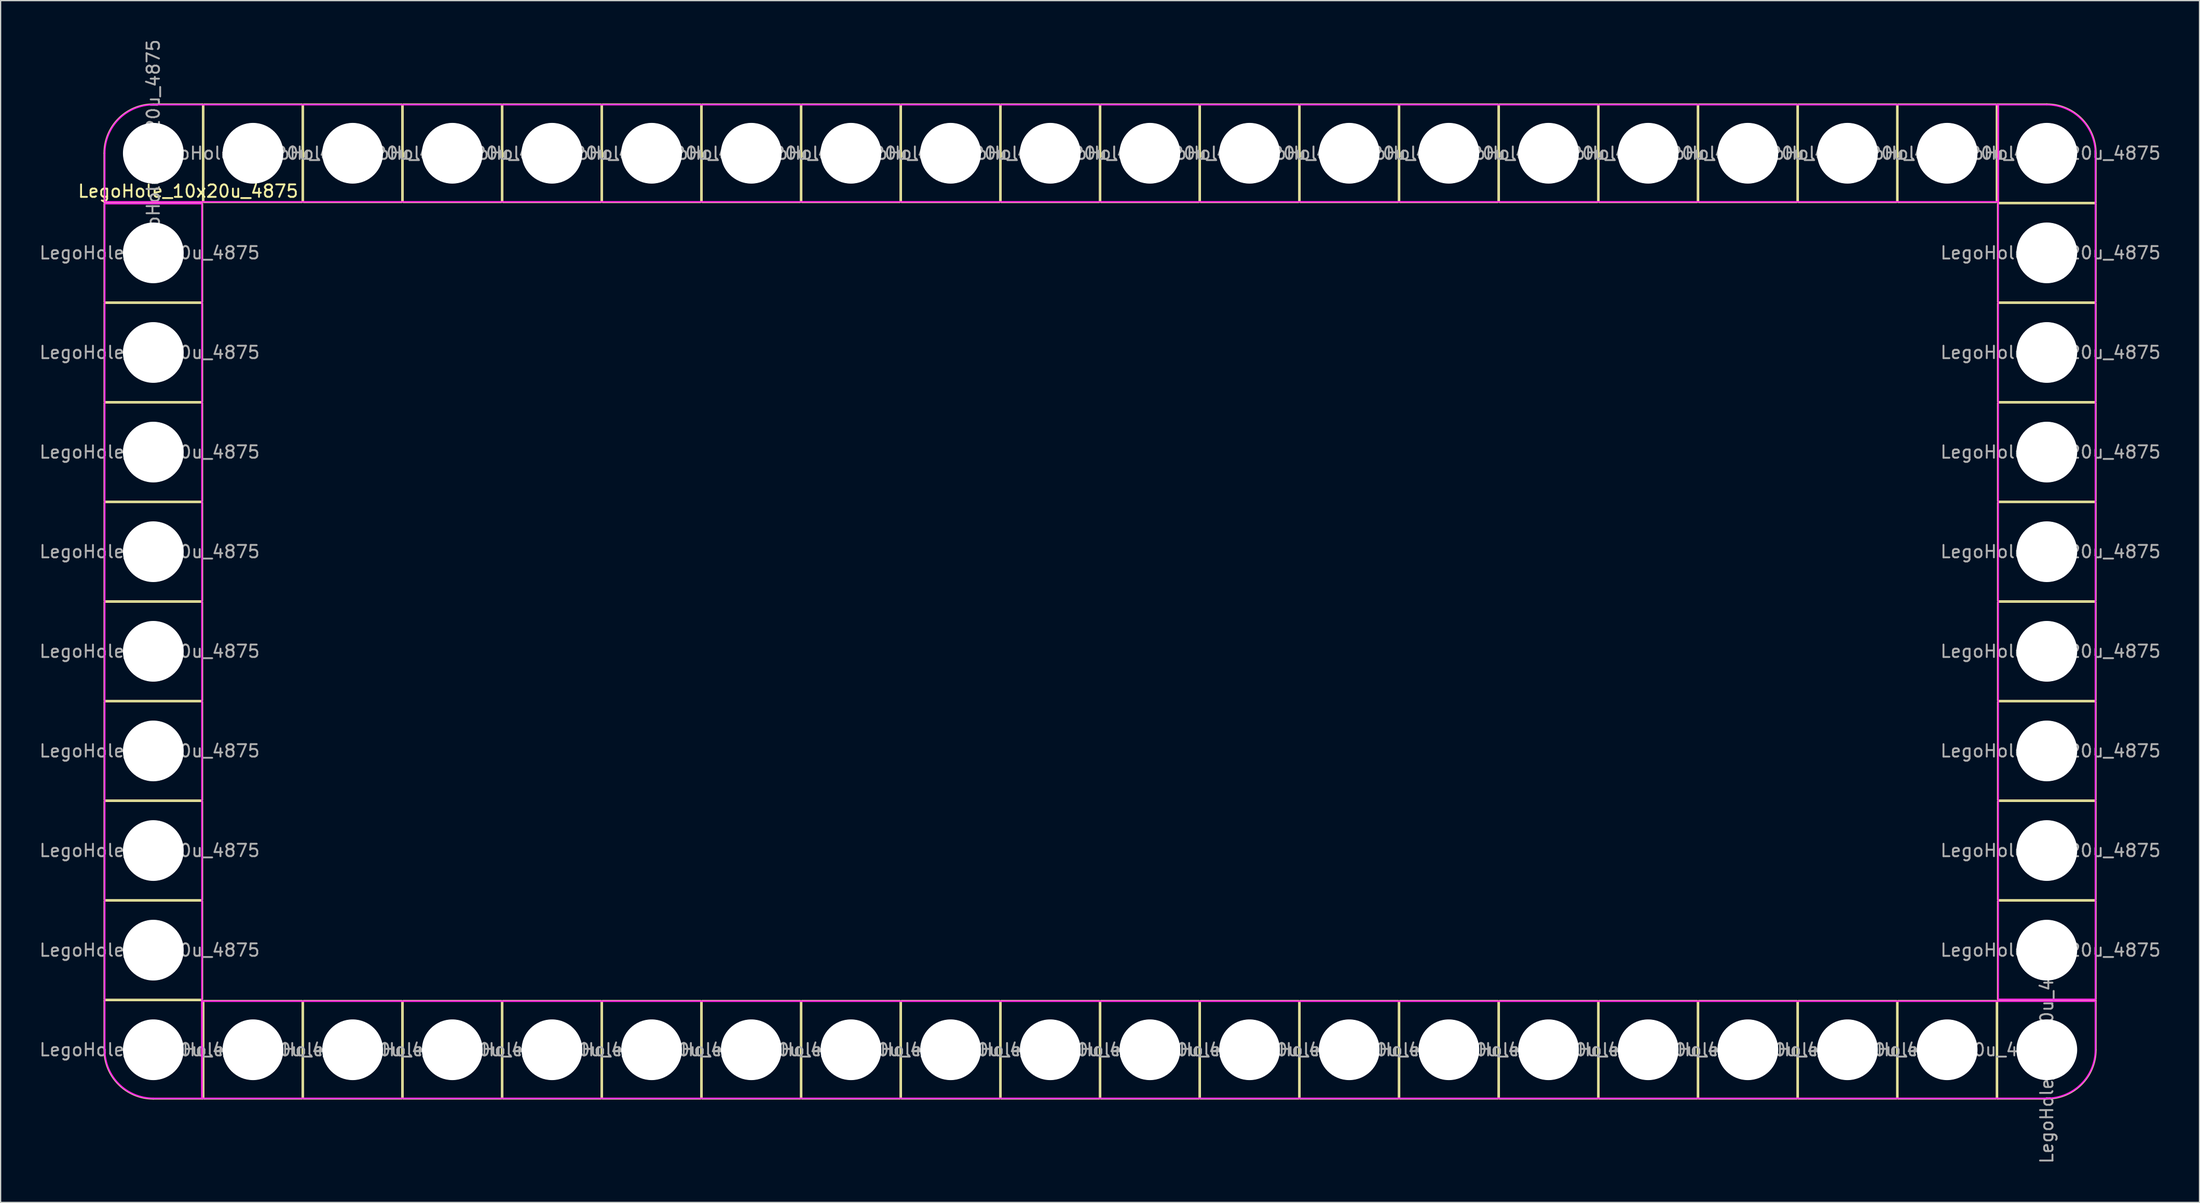
<source format=kicad_pcb>
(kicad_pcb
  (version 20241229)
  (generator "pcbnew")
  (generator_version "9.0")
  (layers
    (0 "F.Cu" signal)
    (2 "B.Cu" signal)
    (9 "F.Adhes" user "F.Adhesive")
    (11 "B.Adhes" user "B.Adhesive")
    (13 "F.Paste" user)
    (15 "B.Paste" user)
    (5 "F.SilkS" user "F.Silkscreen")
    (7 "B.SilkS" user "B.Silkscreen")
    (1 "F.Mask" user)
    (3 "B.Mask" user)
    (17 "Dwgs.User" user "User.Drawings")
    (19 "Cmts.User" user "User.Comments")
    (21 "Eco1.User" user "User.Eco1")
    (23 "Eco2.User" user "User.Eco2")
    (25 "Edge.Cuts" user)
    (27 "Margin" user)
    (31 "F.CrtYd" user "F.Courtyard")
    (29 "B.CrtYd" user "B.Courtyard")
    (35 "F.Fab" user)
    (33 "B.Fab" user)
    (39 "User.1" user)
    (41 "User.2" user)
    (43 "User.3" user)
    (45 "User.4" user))
  (footprint "LegoHole_10x20u_4875"
    (layer "F.Cu")
    (at 9.258 9.258)
    (property "Reference" "LegoHole_10x20u_4875" (at 2.794 3.048 0) (layer "F.SilkS") (effects (font (size 1 1) (thickness 0.15))))
    (attr exclude_from_pos_files exclude_from_bom)
    (fp_line (start -3.95 0) (end -3.95 3.95) (stroke (width 0.1) (type solid)) (layer "F.SilkS"))
    (fp_line (start -3.95 3.95) (end 3.95 3.95) (stroke (width 0.1) (type solid)) (layer "F.SilkS"))
    (fp_line (start -3.95 72) (end -3.95 68.05) (stroke (width 0.1) (type solid)) (layer "F.SilkS"))
    (fp_line (start 0 -3.95) (end 3.95 -3.95) (stroke (width 0.1) (type solid)) (layer "F.SilkS"))
    (fp_line (start 0 75.95) (end 3.95 75.95) (stroke (width 0.1) (type solid)) (layer "F.SilkS"))
    (fp_line (start 3.95 3.95) (end 3.95 -3.95) (stroke (width 0.1) (type solid)) (layer "F.SilkS"))
    (fp_line (start 3.95 68.05) (end -3.95 68.05) (stroke (width 0.1) (type solid)) (layer "F.SilkS"))
    (fp_line (start 3.95 75.95) (end 3.95 68.05) (stroke (width 0.1) (type solid)) (layer "F.SilkS"))
    (fp_line (start 148.05 -3.95) (end 148.05 3.95) (stroke (width 0.1) (type solid)) (layer "F.SilkS"))
    (fp_line (start 148.05 3.95) (end 155.95 3.95) (stroke (width 0.1) (type solid)) (layer "F.SilkS"))
    (fp_line (start 148.05 68.05) (end 148.05 75.95) (stroke (width 0.1) (type solid)) (layer "F.SilkS"))
    (fp_line (start 152 -3.95) (end 148.05 -3.95) (stroke (width 0.1) (type solid)) (layer "F.SilkS"))
    (fp_line (start 152 75.95) (end 148.05 75.95) (stroke (width 0.1) (type solid)) (layer "F.SilkS"))
    (fp_line (start 155.95 0) (end 155.95 3.95) (stroke (width 0.1) (type solid)) (layer "F.SilkS"))
    (fp_line (start 155.95 68.05) (end 148.05 68.05) (stroke (width 0.1) (type solid)) (layer "F.SilkS"))
    (fp_line (start 155.95 72) (end 155.95 68.05) (stroke (width 0.1) (type solid)) (layer "F.SilkS"))
    (fp_rect (start 3.95 11.95) (end -3.95 4.05) (stroke (width 0.1) (type solid)) (fill no) (layer "F.SilkS"))
    (fp_rect (start 3.95 19.95) (end -3.95 12.05) (stroke (width 0.1) (type solid)) (fill no) (layer "F.SilkS"))
    (fp_rect (start 3.95 27.95) (end -3.95 20.05) (stroke (width 0.1) (type solid)) (fill no) (layer "F.SilkS"))
    (fp_rect (start 3.95 35.95) (end -3.95 28.05) (stroke (width 0.1) (type solid)) (fill no) (layer "F.SilkS"))
    (fp_rect (start 3.95 43.95) (end -3.95 36.05) (stroke (width 0.1) (type solid)) (fill no) (layer "F.SilkS"))
    (fp_rect (start 3.95 51.95) (end -3.95 44.05) (stroke (width 0.1) (type solid)) (fill no) (layer "F.SilkS"))
    (fp_rect (start 3.95 59.95) (end -3.95 52.05) (stroke (width 0.1) (type solid)) (fill no) (layer "F.SilkS"))
    (fp_rect (start 3.95 67.95) (end -3.95 60.05) (stroke (width 0.1) (type solid)) (fill no) (layer "F.SilkS"))
    (fp_rect (start 4.05 -3.95) (end 11.95 3.95) (stroke (width 0.1) (type solid)) (fill no) (layer "F.SilkS"))
    (fp_rect (start 11.95 75.95) (end 4.05 68.05) (stroke (width 0.1) (type solid)) (fill no) (layer "F.SilkS"))
    (fp_rect (start 12.05 -3.95) (end 19.95 3.95) (stroke (width 0.1) (type solid)) (fill no) (layer "F.SilkS"))
    (fp_rect (start 19.95 75.95) (end 12.05 68.05) (stroke (width 0.1) (type solid)) (fill no) (layer "F.SilkS"))
    (fp_rect (start 20.05 -3.95) (end 27.95 3.95) (stroke (width 0.1) (type solid)) (fill no) (layer "F.SilkS"))
    (fp_rect (start 27.95 75.95) (end 20.05 68.05) (stroke (width 0.1) (type solid)) (fill no) (layer "F.SilkS"))
    (fp_rect (start 28.05 -3.95) (end 35.95 3.95) (stroke (width 0.1) (type solid)) (fill no) (layer "F.SilkS"))
    (fp_rect (start 35.95 75.95) (end 28.05 68.05) (stroke (width 0.1) (type solid)) (fill no) (layer "F.SilkS"))
    (fp_rect (start 36.05 -3.95) (end 43.95 3.95) (stroke (width 0.1) (type solid)) (fill no) (layer "F.SilkS"))
    (fp_rect (start 43.95 75.95) (end 36.05 68.05) (stroke (width 0.1) (type solid)) (fill no) (layer "F.SilkS"))
    (fp_rect (start 44.05 -3.95) (end 51.95 3.95) (stroke (width 0.1) (type solid)) (fill no) (layer "F.SilkS"))
    (fp_rect (start 51.95 75.95) (end 44.05 68.05) (stroke (width 0.1) (type solid)) (fill no) (layer "F.SilkS"))
    (fp_rect (start 52.05 -3.95) (end 59.95 3.95) (stroke (width 0.1) (type solid)) (fill no) (layer "F.SilkS"))
    (fp_rect (start 59.95 75.95) (end 52.05 68.05) (stroke (width 0.1) (type solid)) (fill no) (layer "F.SilkS"))
    (fp_rect (start 60.05 -3.95) (end 67.95 3.95) (stroke (width 0.1) (type solid)) (fill no) (layer "F.SilkS"))
    (fp_rect (start 67.95 75.95) (end 60.05 68.05) (stroke (width 0.1) (type solid)) (fill no) (layer "F.SilkS"))
    (fp_rect (start 68.05 -3.95) (end 75.95 3.95) (stroke (width 0.1) (type solid)) (fill no) (layer "F.SilkS"))
    (fp_rect (start 75.95 75.95) (end 68.05 68.05) (stroke (width 0.1) (type solid)) (fill no) (layer "F.SilkS"))
    (fp_rect (start 76.05 -3.95) (end 83.95 3.95) (stroke (width 0.1) (type solid)) (fill no) (layer "F.SilkS"))
    (fp_rect (start 83.95 75.95) (end 76.05 68.05) (stroke (width 0.1) (type solid)) (fill no) (layer "F.SilkS"))
    (fp_rect (start 84.05 -3.95) (end 91.95 3.95) (stroke (width 0.1) (type solid)) (fill no) (layer "F.SilkS"))
    (fp_rect (start 91.95 75.95) (end 84.05 68.05) (stroke (width 0.1) (type solid)) (fill no) (layer "F.SilkS"))
    (fp_rect (start 92.05 -3.95) (end 99.95 3.95) (stroke (width 0.1) (type solid)) (fill no) (layer "F.SilkS"))
    (fp_rect (start 99.95 75.95) (end 92.05 68.05) (stroke (width 0.1) (type solid)) (fill no) (layer "F.SilkS"))
    (fp_rect (start 100.05 -3.95) (end 107.95 3.95) (stroke (width 0.1) (type solid)) (fill no) (layer "F.SilkS"))
    (fp_rect (start 107.95 75.95) (end 100.05 68.05) (stroke (width 0.1) (type solid)) (fill no) (layer "F.SilkS"))
    (fp_rect (start 108.05 -3.95) (end 115.95 3.95) (stroke (width 0.1) (type solid)) (fill no) (layer "F.SilkS"))
    (fp_rect (start 115.95 75.95) (end 108.05 68.05) (stroke (width 0.1) (type solid)) (fill no) (layer "F.SilkS"))
    (fp_rect (start 116.05 -3.95) (end 123.95 3.95) (stroke (width 0.1) (type solid)) (fill no) (layer "F.SilkS"))
    (fp_rect (start 123.95 75.95) (end 116.05 68.05) (stroke (width 0.1) (type solid)) (fill no) (layer "F.SilkS"))
    (fp_rect (start 124.05 -3.95) (end 131.95 3.95) (stroke (width 0.1) (type solid)) (fill no) (layer "F.SilkS"))
    (fp_rect (start 131.95 75.95) (end 124.05 68.05) (stroke (width 0.1) (type solid)) (fill no) (layer "F.SilkS"))
    (fp_rect (start 132.05 -3.95) (end 139.95 3.95) (stroke (width 0.1) (type solid)) (fill no) (layer "F.SilkS"))
    (fp_rect (start 139.95 75.95) (end 132.05 68.05) (stroke (width 0.1) (type solid)) (fill no) (layer "F.SilkS"))
    (fp_rect (start 140.05 -3.95) (end 147.95 3.95) (stroke (width 0.1) (type solid)) (fill no) (layer "F.SilkS"))
    (fp_rect (start 147.95 75.95) (end 140.05 68.05) (stroke (width 0.1) (type solid)) (fill no) (layer "F.SilkS"))
    (fp_rect (start 148.05 4.05) (end 155.95 11.95) (stroke (width 0.1) (type solid)) (fill no) (layer "F.SilkS"))
    (fp_rect (start 148.05 12.05) (end 155.95 19.95) (stroke (width 0.1) (type solid)) (fill no) (layer "F.SilkS"))
    (fp_rect (start 148.05 20.05) (end 155.95 27.95) (stroke (width 0.1) (type solid)) (fill no) (layer "F.SilkS"))
    (fp_rect (start 148.05 28.05) (end 155.95 35.95) (stroke (width 0.1) (type solid)) (fill no) (layer "F.SilkS"))
    (fp_rect (start 148.05 36.05) (end 155.95 43.95) (stroke (width 0.1) (type solid)) (fill no) (layer "F.SilkS"))
    (fp_rect (start 148.05 44.05) (end 155.95 51.95) (stroke (width 0.1) (type solid)) (fill no) (layer "F.SilkS"))
    (fp_rect (start 148.05 52.05) (end 155.95 59.95) (stroke (width 0.1) (type solid)) (fill no) (layer "F.SilkS"))
    (fp_rect (start 148.05 60.05) (end 155.95 67.95) (stroke (width 0.1) (type solid)) (fill no) (layer "F.SilkS"))
    (fp_arc (start -3.95 0) (mid -2.793072 -2.793072) (end 0 -3.95) (stroke (width 0.1) (type solid)) (layer "F.SilkS"))
    (fp_arc (start 0 75.95) (mid -2.793072 74.793072) (end -3.95 72) (stroke (width 0.1) (type solid)) (layer "F.SilkS"))
    (fp_arc (start 152 -3.95) (mid 154.793072 -2.793072) (end 155.95 0) (stroke (width 0.1) (type solid)) (layer "F.SilkS"))
    (fp_arc (start 155.95 72) (mid 154.793072 74.793072) (end 152 75.95) (stroke (width 0.1) (type solid)) (layer "F.SilkS"))
    (fp_line (start -3.9 3.9) (end -3.9 0) (stroke (width 0.12) (type solid)) (layer "F.CrtYd"))
    (fp_line (start -3.9 3.9) (end 148.1 3.9) (stroke (width 0.12) (type solid)) (layer "F.CrtYd"))
    (fp_line (start -3.9 4.05) (end -3.9 72) (stroke (width 0.12) (type solid)) (layer "F.CrtYd"))
    (fp_line (start 3.9 4.05) (end -3.9 4.05) (stroke (width 0.12) (type solid)) (layer "F.CrtYd"))
    (fp_line (start 3.9 75.9) (end 0 75.9) (stroke (width 0.12) (type solid)) (layer "F.CrtYd"))
    (fp_line (start 3.9 75.9) (end 3.9 4.05) (stroke (width 0.12) (type solid)) (layer "F.CrtYd"))
    (fp_line (start 3.9 75.9) (end 3.9 68.1) (stroke (width 0.12) (type solid)) (layer "F.CrtYd"))
    (fp_line (start 3.9 75.9) (end 152 75.9) (stroke (width 0.12) (type solid)) (layer "F.CrtYd"))
    (fp_line (start 148.1 -3.9) (end 0 -3.9) (stroke (width 0.12) (type solid)) (layer "F.CrtYd"))
    (fp_line (start 148.1 -3.9) (end 148.1 3.9) (stroke (width 0.12) (type solid)) (layer "F.CrtYd"))
    (fp_line (start 148.1 -3.9) (end 148.1 67.95) (stroke (width 0.12) (type solid)) (layer "F.CrtYd"))
    (fp_line (start 148.1 -3.9) (end 152 -3.9) (stroke (width 0.12) (type solid)) (layer "F.CrtYd"))
    (fp_line (start 148.1 67.95) (end 155.9 67.95) (stroke (width 0.12) (type solid)) (layer "F.CrtYd"))
    (fp_line (start 155.9 67.95) (end 155.9 0) (stroke (width 0.12) (type solid)) (layer "F.CrtYd"))
    (fp_line (start 155.9 68.1) (end 3.9 68.1) (stroke (width 0.12) (type solid)) (layer "F.CrtYd"))
    (fp_line (start 155.9 68.1) (end 155.9 72) (stroke (width 0.12) (type solid)) (layer "F.CrtYd"))
    (fp_arc (start -3.9 0) (mid -2.757716 -2.757716) (end 0 -3.9) (stroke (width 0.12) (type solid)) (layer "F.CrtYd"))
    (fp_arc (start 0 75.9) (mid -2.757716 74.757716) (end -3.9 72) (stroke (width 0.12) (type solid)) (layer "F.CrtYd"))
    (fp_arc (start 152 -3.9) (mid 154.757716 -2.757716) (end 155.9 0) (stroke (width 0.12) (type solid)) (layer "F.CrtYd"))
    (fp_arc (start 155.9 72) (mid 154.757716 74.757716) (end 152 75.9) (stroke (width 0.12) (type solid)) (layer "F.CrtYd"))
    (fp_text user "${REFERENCE}" (at 143.7 72 180) (layer "F.Fab") (effects (font (size 1 1) (thickness 0.15))))
    (fp_text user "${REFERENCE}" (at 55.7 72 180) (layer "F.Fab") (effects (font (size 1 1) (thickness 0.15))))
    (fp_text user "${REFERENCE}" (at 23.7 72 180) (layer "F.Fab") (effects (font (size 1 1) (thickness 0.15))))
    (fp_text user "${REFERENCE}" (at -0.3 16 180) (layer "F.Fab") (effects (font (size 1 1) (thickness 0.15))))
    (fp_text user "${REFERENCE}" (at 152.3 32 0) (layer "F.Fab") (effects (font (size 1 1) (thickness 0.15))))
    (fp_text user "${REFERENCE}" (at 31.7 72 180) (layer "F.Fab") (effects (font (size 1 1) (thickness 0.15))))
    (fp_text user "${REFERENCE}" (at -0.3 8 180) (layer "F.Fab") (effects (font (size 1 1) (thickness 0.15))))
    (fp_text user "${REFERENCE}" (at 152.3 24 0) (layer "F.Fab") (effects (font (size 1 1) (thickness 0.15))))
    (fp_text user "${REFERENCE}" (at -0.3 40 180) (layer "F.Fab") (effects (font (size 1 1) (thickness 0.15))))
    (fp_text user "${REFERENCE}" (at 136.3 0 0) (layer "F.Fab") (effects (font (size 1 1) (thickness 0.15))))
    (fp_text user "${REFERENCE}" (at 95.7 72 180) (layer "F.Fab") (effects (font (size 1 1) (thickness 0.15))))
    (fp_text user "${REFERENCE}" (at 103.7 72 180) (layer "F.Fab") (effects (font (size 1 1) (thickness 0.15))))
    (fp_text user "${REFERENCE}" (at 128.3 0 0) (layer "F.Fab") (effects (font (size 1 1) (thickness 0.15))))
    (fp_text user "${REFERENCE}" (at 87.7 72 180) (layer "F.Fab") (effects (font (size 1 1) (thickness 0.15))))
    (fp_text user "${REFERENCE}" (at -0.3 56 180) (layer "F.Fab") (effects (font (size 1 1) (thickness 0.15))))
    (fp_text user "${REFERENCE}" (at 152.3 0 0) (layer "F.Fab") (effects (font (size 1 1) (thickness 0.15))))
    (fp_text user "${REFERENCE}" (at -0.3 32 180) (layer "F.Fab") (effects (font (size 1 1) (thickness 0.15))))
    (fp_text user "${REFERENCE}" (at 152.3 48 0) (layer "F.Fab") (effects (font (size 1 1) (thickness 0.15))))
    (fp_text user "${REFERENCE}" (at -0.3 24 180) (layer "F.Fab") (effects (font (size 1 1) (thickness 0.15))))
    (fp_text user "${REFERENCE}" (at 152.3 64 0) (layer "F.Fab") (effects (font (size 1 1) (thickness 0.15))))
    (fp_text user "${REFERENCE}" (at 47.7 72 180) (layer "F.Fab") (effects (font (size 1 1) (thickness 0.15))))
    (fp_text user "${REFERENCE}" (at 111.7 72 180) (layer "F.Fab") (effects (font (size 1 1) (thickness 0.15))))
    (fp_text user "${REFERENCE}" (at 152 72.3 270) (layer "F.Fab") (effects (font (size 1 1) (thickness 0.15))))
    (fp_text user "${REFERENCE}" (at 8.3 0 0) (layer "F.Fab") (effects (font (size 1 1) (thickness 0.15))))
    (fp_text user "${REFERENCE}" (at 7.7 72 180) (layer "F.Fab") (effects (font (size 1 1) (thickness 0.15))))
    (fp_text user "${REFERENCE}" (at 127.7 72 180) (layer "F.Fab") (effects (font (size 1 1) (thickness 0.15))))
    (fp_text user "${REFERENCE}" (at 16.3 0 0) (layer "F.Fab") (effects (font (size 1 1) (thickness 0.15))))
    (fp_text user "${REFERENCE}" (at 152.3 8 0) (layer "F.Fab") (effects (font (size 1 1) (thickness 0.15))))
    (fp_text user "${REFERENCE}" (at 48.3 0 0) (layer "F.Fab") (effects (font (size 1 1) (thickness 0.15))))
    (fp_text user "${REFERENCE}" (at 79.7 72 180) (layer "F.Fab") (effects (font (size 1 1) (thickness 0.15))))
    (fp_text user "${REFERENCE}" (at 96.3 0 0) (layer "F.Fab") (effects (font (size 1 1) (thickness 0.15))))
    (fp_text user "${REFERENCE}" (at -0.3 64 180) (layer "F.Fab") (effects (font (size 1 1) (thickness 0.15))))
    (fp_text user "${REFERENCE}" (at 40.3 0 0) (layer "F.Fab") (effects (font (size 1 1) (thickness 0.15))))
    (fp_text user "${REFERENCE}" (at 119.7 72 180) (layer "F.Fab") (effects (font (size 1 1) (thickness 0.15))))
    (fp_text user "${REFERENCE}" (at 152.3 40 0) (layer "F.Fab") (effects (font (size 1 1) (thickness 0.15))))
    (fp_text user "${REFERENCE}" (at 135.7 72 180) (layer "F.Fab") (effects (font (size 1 1) (thickness 0.15))))
    (fp_text user "${REFERENCE}" (at 64.3 0 0) (layer "F.Fab") (effects (font (size 1 1) (thickness 0.15))))
    (fp_text user "${REFERENCE}" (at 56.3 0 0) (layer "F.Fab") (effects (font (size 1 1) (thickness 0.15))))
    (fp_text user "${REFERENCE}" (at -0.3 48 180) (layer "F.Fab") (effects (font (size 1 1) (thickness 0.15))))
    (fp_text user "${REFERENCE}" (at 32.3 0 0) (layer "F.Fab") (effects (font (size 1 1) (thickness 0.15))))
    (fp_text user "${REFERENCE}" (at -0.3 72 180) (layer "F.Fab") (effects (font (size 1 1) (thickness 0.15))))
    (fp_text user "${REFERENCE}" (at 71.7 72 180) (layer "F.Fab") (effects (font (size 1 1) (thickness 0.15))))
    (fp_text user "${REFERENCE}" (at 144.3 0 0) (layer "F.Fab") (effects (font (size 1 1) (thickness 0.15))))
    (fp_text user "${REFERENCE}" (at 120.3 0 0) (layer "F.Fab") (effects (font (size 1 1) (thickness 0.15))))
    (fp_text user "${REFERENCE}" (at 72.3 0 0) (layer "F.Fab") (effects (font (size 1 1) (thickness 0.15))))
    (fp_text user "${REFERENCE}" (at 88.3 0 0) (layer "F.Fab") (effects (font (size 1 1) (thickness 0.15))))
    (fp_text user "${REFERENCE}" (at 152.3 16 0) (layer "F.Fab") (effects (font (size 1 1) (thickness 0.15))))
    (fp_text user "${REFERENCE}" (at 39.7 72 180) (layer "F.Fab") (effects (font (size 1 1) (thickness 0.15))))
    (fp_text user "${REFERENCE}" (at 63.7 72 180) (layer "F.Fab") (effects (font (size 1 1) (thickness 0.15))))
    (fp_text user "${REFERENCE}" (at 0 -0.3 90) (layer "F.Fab") (effects (font (size 1 1) (thickness 0.15))))
    (fp_text user "${REFERENCE}" (at 80.3 0 0) (layer "F.Fab") (effects (font (size 1 1) (thickness 0.15))))
    (fp_text user "${REFERENCE}" (at 15.7 72 180) (layer "F.Fab") (effects (font (size 1 1) (thickness 0.15))))
    (fp_text user "${REFERENCE}" (at 24.3 0 0) (layer "F.Fab") (effects (font (size 1 1) (thickness 0.15))))
    (fp_text user "${REFERENCE}" (at 104.3 0 0) (layer "F.Fab") (effects (font (size 1 1) (thickness 0.15))))
    (fp_text user "${REFERENCE}" (at 112.3 0 0) (layer "F.Fab") (effects (font (size 1 1) (thickness 0.15))))
    (fp_text user "${REFERENCE}" (at 152.3 56 0) (layer "F.Fab") (effects (font (size 1 1) (thickness 0.15))))
    (pad "" np_thru_hole circle (at 0 0 90) (size 4.875 4.875) (drill 4.875) (layers "*.Cu" "*.Mask"))
    (pad "" np_thru_hole circle (at 0 8 180) (size 4.875 4.875) (drill 4.875) (layers "*.Cu" "*.Mask"))
    (pad "" np_thru_hole circle (at 0 16 180) (size 4.875 4.875) (drill 4.875) (layers "*.Cu" "*.Mask"))
    (pad "" np_thru_hole circle (at 0 24 180) (size 4.875 4.875) (drill 4.875) (layers "*.Cu" "*.Mask"))
    (pad "" np_thru_hole circle (at 0 32 180) (size 4.875 4.875) (drill 4.875) (layers "*.Cu" "*.Mask"))
    (pad "" np_thru_hole circle (at 0 40 180) (size 4.875 4.875) (drill 4.875) (layers "*.Cu" "*.Mask"))
    (pad "" np_thru_hole circle (at 0 48 180) (size 4.875 4.875) (drill 4.875) (layers "*.Cu" "*.Mask"))
    (pad "" np_thru_hole circle (at 0 56 180) (size 4.875 4.875) (drill 4.875) (layers "*.Cu" "*.Mask"))
    (pad "" np_thru_hole circle (at 0 64 180) (size 4.875 4.875) (drill 4.875) (layers "*.Cu" "*.Mask"))
    (pad "" np_thru_hole circle (at 0 72 180) (size 4.875 4.875) (drill 4.875) (layers "*.Cu" "*.Mask"))
    (pad "" np_thru_hole circle (at 8 0) (size 4.875 4.875) (drill 4.875) (layers "*.Cu" "*.Mask"))
    (pad "" np_thru_hole circle (at 8 72 180) (size 4.875 4.875) (drill 4.875) (layers "*.Cu" "*.Mask"))
    (pad "" np_thru_hole circle (at 16 0) (size 4.875 4.875) (drill 4.875) (layers "*.Cu" "*.Mask"))
    (pad "" np_thru_hole circle (at 16 72 180) (size 4.875 4.875) (drill 4.875) (layers "*.Cu" "*.Mask"))
    (pad "" np_thru_hole circle (at 24 0) (size 4.875 4.875) (drill 4.875) (layers "*.Cu" "*.Mask"))
    (pad "" np_thru_hole circle (at 24 72 180) (size 4.875 4.875) (drill 4.875) (layers "*.Cu" "*.Mask"))
    (pad "" np_thru_hole circle (at 32 0) (size 4.875 4.875) (drill 4.875) (layers "*.Cu" "*.Mask"))
    (pad "" np_thru_hole circle (at 32 72 180) (size 4.875 4.875) (drill 4.875) (layers "*.Cu" "*.Mask"))
    (pad "" np_thru_hole circle (at 40 0) (size 4.875 4.875) (drill 4.875) (layers "*.Cu" "*.Mask"))
    (pad "" np_thru_hole circle (at 40 72 180) (size 4.875 4.875) (drill 4.875) (layers "*.Cu" "*.Mask"))
    (pad "" np_thru_hole circle (at 48 0) (size 4.875 4.875) (drill 4.875) (layers "*.Cu" "*.Mask"))
    (pad "" np_thru_hole circle (at 48 72 180) (size 4.875 4.875) (drill 4.875) (layers "*.Cu" "*.Mask"))
    (pad "" np_thru_hole circle (at 56 0) (size 4.875 4.875) (drill 4.875) (layers "*.Cu" "*.Mask"))
    (pad "" np_thru_hole circle (at 56 72 180) (size 4.875 4.875) (drill 4.875) (layers "*.Cu" "*.Mask"))
    (pad "" np_thru_hole circle (at 64 0) (size 4.875 4.875) (drill 4.875) (layers "*.Cu" "*.Mask"))
    (pad "" np_thru_hole circle (at 64 72 180) (size 4.875 4.875) (drill 4.875) (layers "*.Cu" "*.Mask"))
    (pad "" np_thru_hole circle (at 72 0) (size 4.875 4.875) (drill 4.875) (layers "*.Cu" "*.Mask"))
    (pad "" np_thru_hole circle (at 72 72 180) (size 4.875 4.875) (drill 4.875) (layers "*.Cu" "*.Mask"))
    (pad "" np_thru_hole circle (at 80 0) (size 4.875 4.875) (drill 4.875) (layers "*.Cu" "*.Mask"))
    (pad "" np_thru_hole circle (at 80 72 180) (size 4.875 4.875) (drill 4.875) (layers "*.Cu" "*.Mask"))
    (pad "" np_thru_hole circle (at 88 0) (size 4.875 4.875) (drill 4.875) (layers "*.Cu" "*.Mask"))
    (pad "" np_thru_hole circle (at 88 72 180) (size 4.875 4.875) (drill 4.875) (layers "*.Cu" "*.Mask"))
    (pad "" np_thru_hole circle (at 96 0) (size 4.875 4.875) (drill 4.875) (layers "*.Cu" "*.Mask"))
    (pad "" np_thru_hole circle (at 96 72 180) (size 4.875 4.875) (drill 4.875) (layers "*.Cu" "*.Mask"))
    (pad "" np_thru_hole circle (at 104 0) (size 4.875 4.875) (drill 4.875) (layers "*.Cu" "*.Mask"))
    (pad "" np_thru_hole circle (at 104 72 180) (size 4.875 4.875) (drill 4.875) (layers "*.Cu" "*.Mask"))
    (pad "" np_thru_hole circle (at 112 0) (size 4.875 4.875) (drill 4.875) (layers "*.Cu" "*.Mask"))
    (pad "" np_thru_hole circle (at 112 72 180) (size 4.875 4.875) (drill 4.875) (layers "*.Cu" "*.Mask"))
    (pad "" np_thru_hole circle (at 120 0) (size 4.875 4.875) (drill 4.875) (layers "*.Cu" "*.Mask"))
    (pad "" np_thru_hole circle (at 120 72 180) (size 4.875 4.875) (drill 4.875) (layers "*.Cu" "*.Mask"))
    (pad "" np_thru_hole circle (at 128 0) (size 4.875 4.875) (drill 4.875) (layers "*.Cu" "*.Mask"))
    (pad "" np_thru_hole circle (at 128 72 180) (size 4.875 4.875) (drill 4.875) (layers "*.Cu" "*.Mask"))
    (pad "" np_thru_hole circle (at 136 0) (size 4.875 4.875) (drill 4.875) (layers "*.Cu" "*.Mask"))
    (pad "" np_thru_hole circle (at 136 72 180) (size 4.875 4.875) (drill 4.875) (layers "*.Cu" "*.Mask"))
    (pad "" np_thru_hole circle (at 144 0) (size 4.875 4.875) (drill 4.875) (layers "*.Cu" "*.Mask"))
    (pad "" np_thru_hole circle (at 144 72 180) (size 4.875 4.875) (drill 4.875) (layers "*.Cu" "*.Mask"))
    (pad "" np_thru_hole circle (at 152 0) (size 4.875 4.875) (drill 4.875) (layers "*.Cu" "*.Mask"))
    (pad "" np_thru_hole circle (at 152 8) (size 4.875 4.875) (drill 4.875) (layers "*.Cu" "*.Mask"))
    (pad "" np_thru_hole circle (at 152 16) (size 4.875 4.875) (drill 4.875) (layers "*.Cu" "*.Mask"))
    (pad "" np_thru_hole circle (at 152 24) (size 4.875 4.875) (drill 4.875) (layers "*.Cu" "*.Mask"))
    (pad "" np_thru_hole circle (at 152 32) (size 4.875 4.875) (drill 4.875) (layers "*.Cu" "*.Mask"))
    (pad "" np_thru_hole circle (at 152 40) (size 4.875 4.875) (drill 4.875) (layers "*.Cu" "*.Mask"))
    (pad "" np_thru_hole circle (at 152 48) (size 4.875 4.875) (drill 4.875) (layers "*.Cu" "*.Mask"))
    (pad "" np_thru_hole circle (at 152 56) (size 4.875 4.875) (drill 4.875) (layers "*.Cu" "*.Mask"))
    (pad "" np_thru_hole circle (at 152 64) (size 4.875 4.875) (drill 4.875) (layers "*.Cu" "*.Mask"))
    (pad "" np_thru_hole circle (at 152 72 270) (size 4.875 4.875) (drill 4.875) (layers "*.Cu" "*.Mask")))
  (gr_rect
    (start -3 -3)
    (end 173.517 93.517)
    (stroke (width 0.1) (type default))
    (fill no)
    (layer "Edge.Cuts")))
</source>
